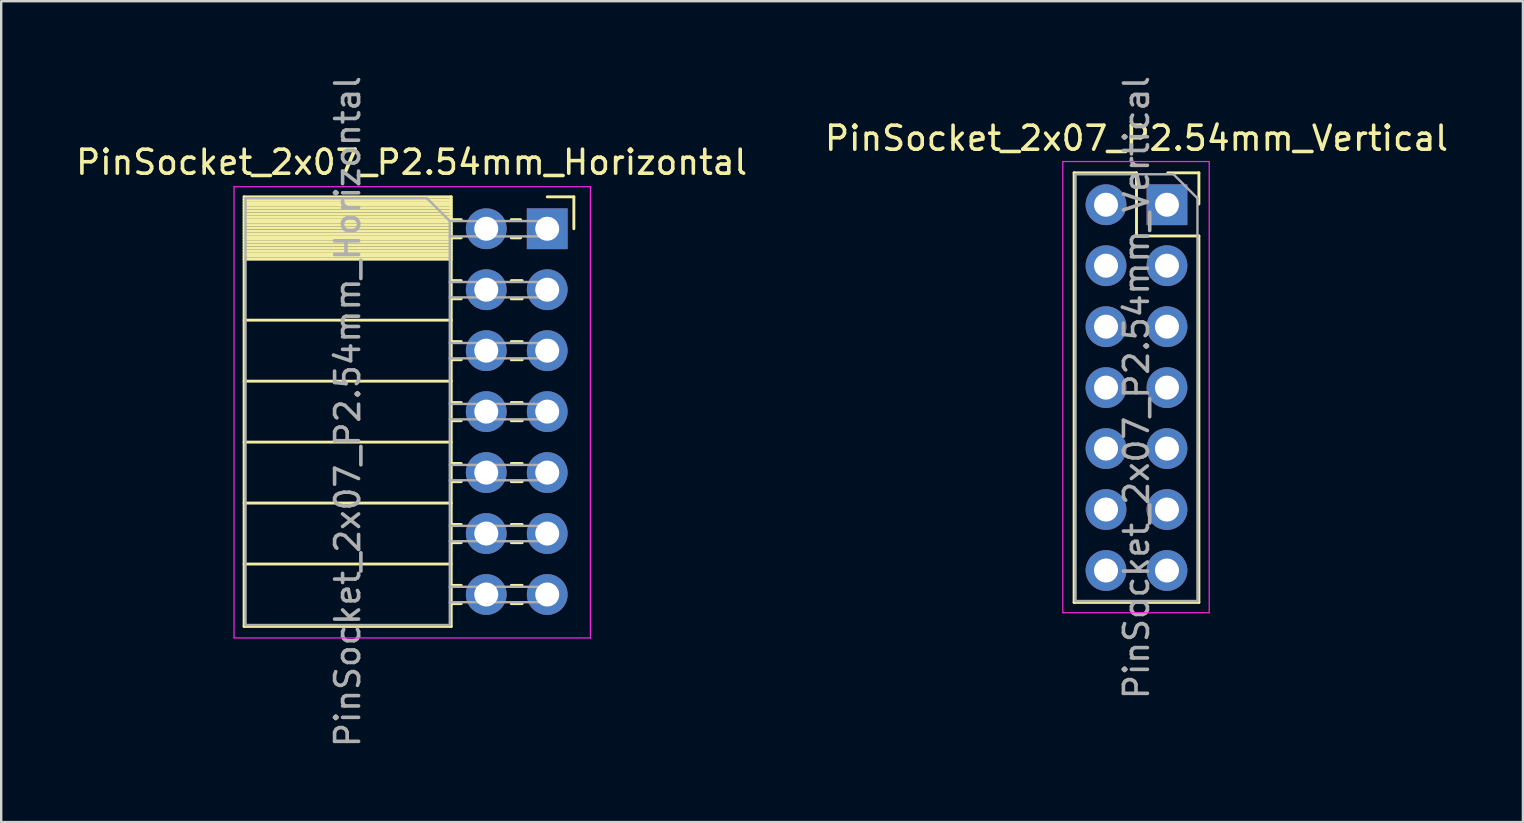
<source format=kicad_pcb>
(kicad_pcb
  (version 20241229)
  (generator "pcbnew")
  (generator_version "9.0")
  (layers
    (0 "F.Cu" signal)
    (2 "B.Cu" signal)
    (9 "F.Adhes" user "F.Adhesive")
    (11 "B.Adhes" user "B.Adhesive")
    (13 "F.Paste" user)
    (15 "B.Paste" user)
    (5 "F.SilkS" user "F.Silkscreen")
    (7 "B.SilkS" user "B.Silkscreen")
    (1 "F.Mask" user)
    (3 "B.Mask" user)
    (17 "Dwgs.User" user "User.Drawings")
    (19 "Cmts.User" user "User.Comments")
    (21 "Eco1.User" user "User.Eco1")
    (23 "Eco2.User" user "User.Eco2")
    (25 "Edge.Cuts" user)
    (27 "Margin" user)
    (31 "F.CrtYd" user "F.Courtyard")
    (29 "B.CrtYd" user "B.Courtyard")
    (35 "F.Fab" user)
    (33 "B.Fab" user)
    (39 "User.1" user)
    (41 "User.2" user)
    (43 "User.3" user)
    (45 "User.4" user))
  (footprint "PinSocket_2x07_P2.54mm_Horizontal"
    (layer "F.Cu")
    (at 19.751 6.481)
    (property "Reference" "PinSocket_2x07_P2.54mm_Horizontal" (at -5.65 -2.77 0) (layer "F.SilkS") (effects (font (size 1 1) (thickness 0.15))))
    (attr through_hole)
    (fp_line (start -12.63 -1.33) (end -12.63 16.57) (stroke (width 0.12) (type solid)) (layer "F.SilkS"))
    (fp_line (start -12.63 -1.33) (end -4 -1.33) (stroke (width 0.12) (type solid)) (layer "F.SilkS"))
    (fp_line (start -12.63 -1.21) (end -4 -1.21) (stroke (width 0.12) (type solid)) (layer "F.SilkS"))
    (fp_line (start -12.63 -1.092) (end -4 -1.092) (stroke (width 0.12) (type solid)) (layer "F.SilkS"))
    (fp_line (start -12.63 -0.974) (end -4 -0.974) (stroke (width 0.12) (type solid)) (layer "F.SilkS"))
    (fp_line (start -12.63 -0.856) (end -4 -0.856) (stroke (width 0.12) (type solid)) (layer "F.SilkS"))
    (fp_line (start -12.63 -0.738) (end -4 -0.738) (stroke (width 0.12) (type solid)) (layer "F.SilkS"))
    (fp_line (start -12.63 -0.62) (end -4 -0.62) (stroke (width 0.12) (type solid)) (layer "F.SilkS"))
    (fp_line (start -12.63 -0.501) (end -4 -0.501) (stroke (width 0.12) (type solid)) (layer "F.SilkS"))
    (fp_line (start -12.63 -0.383) (end -4 -0.383) (stroke (width 0.12) (type solid)) (layer "F.SilkS"))
    (fp_line (start -12.63 -0.265) (end -4 -0.265) (stroke (width 0.12) (type solid)) (layer "F.SilkS"))
    (fp_line (start -12.63 -0.147) (end -4 -0.147) (stroke (width 0.12) (type solid)) (layer "F.SilkS"))
    (fp_line (start -12.63 -0.029) (end -4 -0.029) (stroke (width 0.12) (type solid)) (layer "F.SilkS"))
    (fp_line (start -12.63 0.089) (end -4 0.089) (stroke (width 0.12) (type solid)) (layer "F.SilkS"))
    (fp_line (start -12.63 0.207) (end -4 0.207) (stroke (width 0.12) (type solid)) (layer "F.SilkS"))
    (fp_line (start -12.63 0.325) (end -4 0.325) (stroke (width 0.12) (type solid)) (layer "F.SilkS"))
    (fp_line (start -12.63 0.443) (end -4 0.443) (stroke (width 0.12) (type solid)) (layer "F.SilkS"))
    (fp_line (start -12.63 0.561) (end -4 0.561) (stroke (width 0.12) (type solid)) (layer "F.SilkS"))
    (fp_line (start -12.63 0.68) (end -4 0.68) (stroke (width 0.12) (type solid)) (layer "F.SilkS"))
    (fp_line (start -12.63 0.798) (end -4 0.798) (stroke (width 0.12) (type solid)) (layer "F.SilkS"))
    (fp_line (start -12.63 0.916) (end -4 0.916) (stroke (width 0.12) (type solid)) (layer "F.SilkS"))
    (fp_line (start -12.63 1.034) (end -4 1.034) (stroke (width 0.12) (type solid)) (layer "F.SilkS"))
    (fp_line (start -12.63 1.152) (end -4 1.152) (stroke (width 0.12) (type solid)) (layer "F.SilkS"))
    (fp_line (start -12.63 1.27) (end -4 1.27) (stroke (width 0.12) (type solid)) (layer "F.SilkS"))
    (fp_line (start -12.63 3.81) (end -4 3.81) (stroke (width 0.12) (type solid)) (layer "F.SilkS"))
    (fp_line (start -12.63 6.35) (end -4 6.35) (stroke (width 0.12) (type solid)) (layer "F.SilkS"))
    (fp_line (start -12.63 8.89) (end -4 8.89) (stroke (width 0.12) (type solid)) (layer "F.SilkS"))
    (fp_line (start -12.63 11.43) (end -4 11.43) (stroke (width 0.12) (type solid)) (layer "F.SilkS"))
    (fp_line (start -12.63 13.97) (end -4 13.97) (stroke (width 0.12) (type solid)) (layer "F.SilkS"))
    (fp_line (start -12.63 16.57) (end -4 16.57) (stroke (width 0.12) (type solid)) (layer "F.SilkS"))
    (fp_line (start -4 -1.33) (end -4 16.57) (stroke (width 0.12) (type solid)) (layer "F.SilkS"))
    (fp_line (start -4 -0.38) (end -3.583 -0.38) (stroke (width 0.12) (type solid)) (layer "F.SilkS"))
    (fp_line (start -4 0.38) (end -3.583 0.38) (stroke (width 0.12) (type solid)) (layer "F.SilkS"))
    (fp_line (start -4 2.16) (end -3.583 2.16) (stroke (width 0.12) (type solid)) (layer "F.SilkS"))
    (fp_line (start -4 2.92) (end -3.583 2.92) (stroke (width 0.12) (type solid)) (layer "F.SilkS"))
    (fp_line (start -4 4.7) (end -3.583 4.7) (stroke (width 0.12) (type solid)) (layer "F.SilkS"))
    (fp_line (start -4 5.46) (end -3.583 5.46) (stroke (width 0.12) (type solid)) (layer "F.SilkS"))
    (fp_line (start -4 7.24) (end -3.583 7.24) (stroke (width 0.12) (type solid)) (layer "F.SilkS"))
    (fp_line (start -4 8) (end -3.583 8) (stroke (width 0.12) (type solid)) (layer "F.SilkS"))
    (fp_line (start -4 9.78) (end -3.583 9.78) (stroke (width 0.12) (type solid)) (layer "F.SilkS"))
    (fp_line (start -4 10.54) (end -3.583 10.54) (stroke (width 0.12) (type solid)) (layer "F.SilkS"))
    (fp_line (start -4 12.32) (end -3.583 12.32) (stroke (width 0.12) (type solid)) (layer "F.SilkS"))
    (fp_line (start -4 13.08) (end -3.583 13.08) (stroke (width 0.12) (type solid)) (layer "F.SilkS"))
    (fp_line (start -4 14.86) (end -3.583 14.86) (stroke (width 0.12) (type solid)) (layer "F.SilkS"))
    (fp_line (start -4 15.62) (end -3.583 15.62) (stroke (width 0.12) (type solid)) (layer "F.SilkS"))
    (fp_line (start -1.497 -0.38) (end -1.11 -0.38) (stroke (width 0.12) (type solid)) (layer "F.SilkS"))
    (fp_line (start -1.497 0.38) (end -1.11 0.38) (stroke (width 0.12) (type solid)) (layer "F.SilkS"))
    (fp_line (start -1.497 2.16) (end -1.043 2.16) (stroke (width 0.12) (type solid)) (layer "F.SilkS"))
    (fp_line (start -1.497 2.92) (end -1.043 2.92) (stroke (width 0.12) (type solid)) (layer "F.SilkS"))
    (fp_line (start -1.497 4.7) (end -1.043 4.7) (stroke (width 0.12) (type solid)) (layer "F.SilkS"))
    (fp_line (start -1.497 5.46) (end -1.043 5.46) (stroke (width 0.12) (type solid)) (layer "F.SilkS"))
    (fp_line (start -1.497 7.24) (end -1.043 7.24) (stroke (width 0.12) (type solid)) (layer "F.SilkS"))
    (fp_line (start -1.497 8) (end -1.043 8) (stroke (width 0.12) (type solid)) (layer "F.SilkS"))
    (fp_line (start -1.497 9.78) (end -1.043 9.78) (stroke (width 0.12) (type solid)) (layer "F.SilkS"))
    (fp_line (start -1.497 10.54) (end -1.043 10.54) (stroke (width 0.12) (type solid)) (layer "F.SilkS"))
    (fp_line (start -1.497 12.32) (end -1.043 12.32) (stroke (width 0.12) (type solid)) (layer "F.SilkS"))
    (fp_line (start -1.497 13.08) (end -1.043 13.08) (stroke (width 0.12) (type solid)) (layer "F.SilkS"))
    (fp_line (start -1.497 14.86) (end -1.043 14.86) (stroke (width 0.12) (type solid)) (layer "F.SilkS"))
    (fp_line (start -1.497 15.62) (end -1.043 15.62) (stroke (width 0.12) (type solid)) (layer "F.SilkS"))
    (fp_line (start 0 -1.33) (end 1.11 -1.33) (stroke (width 0.12) (type solid)) (layer "F.SilkS"))
    (fp_line (start 1.11 -1.33) (end 1.11 0) (stroke (width 0.12) (type solid)) (layer "F.SilkS"))
    (fp_line (start -13.05 -1.75) (end -13.05 17.05) (stroke (width 0.05) (type solid)) (layer "F.CrtYd"))
    (fp_line (start -13.05 17.05) (end 1.8 17.05) (stroke (width 0.05) (type solid)) (layer "F.CrtYd"))
    (fp_line (start 1.8 -1.75) (end -13.05 -1.75) (stroke (width 0.05) (type solid)) (layer "F.CrtYd"))
    (fp_line (start 1.8 17.05) (end 1.8 -1.75) (stroke (width 0.05) (type solid)) (layer "F.CrtYd"))
    (fp_line (start -12.57 -1.27) (end -5.01 -1.27) (stroke (width 0.1) (type solid)) (layer "F.Fab"))
    (fp_line (start -12.57 16.51) (end -12.57 -1.27) (stroke (width 0.1) (type solid)) (layer "F.Fab"))
    (fp_line (start -5.01 -1.27) (end -4.06 -0.32) (stroke (width 0.1) (type solid)) (layer "F.Fab"))
    (fp_line (start -4.06 -0.32) (end -4.06 16.51) (stroke (width 0.1) (type solid)) (layer "F.Fab"))
    (fp_line (start -4.06 0.32) (end 0 0.32) (stroke (width 0.1) (type solid)) (layer "F.Fab"))
    (fp_line (start -4.06 2.86) (end 0 2.86) (stroke (width 0.1) (type solid)) (layer "F.Fab"))
    (fp_line (start -4.06 5.4) (end 0 5.4) (stroke (width 0.1) (type solid)) (layer "F.Fab"))
    (fp_line (start -4.06 7.94) (end 0 7.94) (stroke (width 0.1) (type solid)) (layer "F.Fab"))
    (fp_line (start -4.06 10.48) (end 0 10.48) (stroke (width 0.1) (type solid)) (layer "F.Fab"))
    (fp_line (start -4.06 13.02) (end 0 13.02) (stroke (width 0.1) (type solid)) (layer "F.Fab"))
    (fp_line (start -4.06 15.56) (end 0 15.56) (stroke (width 0.1) (type solid)) (layer "F.Fab"))
    (fp_line (start -4.06 16.51) (end -12.57 16.51) (stroke (width 0.1) (type solid)) (layer "F.Fab"))
    (fp_line (start 0 -0.32) (end -4.06 -0.32) (stroke (width 0.1) (type solid)) (layer "F.Fab"))
    (fp_line (start 0 0.32) (end 0 -0.32) (stroke (width 0.1) (type solid)) (layer "F.Fab"))
    (fp_line (start 0 2.22) (end -4.06 2.22) (stroke (width 0.1) (type solid)) (layer "F.Fab"))
    (fp_line (start 0 2.86) (end 0 2.22) (stroke (width 0.1) (type solid)) (layer "F.Fab"))
    (fp_line (start 0 4.76) (end -4.06 4.76) (stroke (width 0.1) (type solid)) (layer "F.Fab"))
    (fp_line (start 0 5.4) (end 0 4.76) (stroke (width 0.1) (type solid)) (layer "F.Fab"))
    (fp_line (start 0 7.3) (end -4.06 7.3) (stroke (width 0.1) (type solid)) (layer "F.Fab"))
    (fp_line (start 0 7.94) (end 0 7.3) (stroke (width 0.1) (type solid)) (layer "F.Fab"))
    (fp_line (start 0 9.84) (end -4.06 9.84) (stroke (width 0.1) (type solid)) (layer "F.Fab"))
    (fp_line (start 0 10.48) (end 0 9.84) (stroke (width 0.1) (type solid)) (layer "F.Fab"))
    (fp_line (start 0 12.38) (end -4.06 12.38) (stroke (width 0.1) (type solid)) (layer "F.Fab"))
    (fp_line (start 0 13.02) (end 0 12.38) (stroke (width 0.1) (type solid)) (layer "F.Fab"))
    (fp_line (start 0 14.92) (end -4.06 14.92) (stroke (width 0.1) (type solid)) (layer "F.Fab"))
    (fp_line (start 0 15.56) (end 0 14.92) (stroke (width 0.1) (type solid)) (layer "F.Fab"))
    (fp_text user "${REFERENCE}" (at -8.315 7.62 90) (layer "F.Fab") (effects (font (size 1 1) (thickness 0.15))))
    (pad "1" thru_hole rect (at 0 0) (size 1.7 1.7) (drill 1) (layers "*.Cu" "*.Mask"))
    (pad "2" thru_hole oval (at -2.54 0) (size 1.7 1.7) (drill 1) (layers "*.Cu" "*.Mask"))
    (pad "3" thru_hole oval (at 0 2.54) (size 1.7 1.7) (drill 1) (layers "*.Cu" "*.Mask"))
    (pad "4" thru_hole oval (at -2.54 2.54) (size 1.7 1.7) (drill 1) (layers "*.Cu" "*.Mask"))
    (pad "5" thru_hole oval (at 0 5.08) (size 1.7 1.7) (drill 1) (layers "*.Cu" "*.Mask"))
    (pad "6" thru_hole oval (at -2.54 5.08) (size 1.7 1.7) (drill 1) (layers "*.Cu" "*.Mask"))
    (pad "7" thru_hole oval (at 0 7.62) (size 1.7 1.7) (drill 1) (layers "*.Cu" "*.Mask"))
    (pad "8" thru_hole oval (at -2.54 7.62) (size 1.7 1.7) (drill 1) (layers "*.Cu" "*.Mask"))
    (pad "9" thru_hole oval (at 0 10.16) (size 1.7 1.7) (drill 1) (layers "*.Cu" "*.Mask"))
    (pad "10" thru_hole oval (at -2.54 10.16) (size 1.7 1.7) (drill 1) (layers "*.Cu" "*.Mask"))
    (pad "11" thru_hole oval (at 0 12.7) (size 1.7 1.7) (drill 1) (layers "*.Cu" "*.Mask"))
    (pad "12" thru_hole oval (at -2.54 12.7) (size 1.7 1.7) (drill 1) (layers "*.Cu" "*.Mask"))
    (pad "13" thru_hole oval (at 0 15.24) (size 1.7 1.7) (drill 1) (layers "*.Cu" "*.Mask"))
    (pad "14" thru_hole oval (at -2.54 15.24) (size 1.7 1.7) (drill 1) (layers "*.Cu" "*.Mask")))
  (footprint "PinSocket_2x07_P2.54mm_Vertical"
    (layer "F.Cu")
    (at 45.574 5.481)
    (property "Reference" "PinSocket_2x07_P2.54mm_Vertical" (at -1.27 -2.77 0) (layer "F.SilkS") (effects (font (size 1 1) (thickness 0.15))))
    (attr through_hole)
    (fp_line (start -3.87 -1.33) (end -3.87 16.57) (stroke (width 0.12) (type solid)) (layer "F.SilkS"))
    (fp_line (start -3.87 16.57) (end 1.33 16.57) (stroke (width 0.12) (type solid)) (layer "F.SilkS"))
    (fp_line (start -1.27 -1.33) (end -3.87 -1.33) (stroke (width 0.12) (type solid)) (layer "F.SilkS"))
    (fp_line (start -1.27 1.3) (end -1.27 -1.33) (stroke (width 0.12) (type solid)) (layer "F.SilkS"))
    (fp_line (start 1.33 -1.33) (end 0.03 -1.33) (stroke (width 0.12) (type solid)) (layer "F.SilkS"))
    (fp_line (start 1.33 -0.03) (end 1.33 -1.33) (stroke (width 0.12) (type solid)) (layer "F.SilkS"))
    (fp_line (start 1.33 1.3) (end -1.27 1.3) (stroke (width 0.12) (type solid)) (layer "F.SilkS"))
    (fp_line (start 1.33 16.57) (end 1.33 1.3) (stroke (width 0.12) (type solid)) (layer "F.SilkS"))
    (fp_line (start -4.34 -1.8) (end 1.76 -1.8) (stroke (width 0.05) (type solid)) (layer "F.CrtYd"))
    (fp_line (start -4.34 17) (end -4.34 -1.8) (stroke (width 0.05) (type solid)) (layer "F.CrtYd"))
    (fp_line (start 1.76 -1.8) (end 1.76 17) (stroke (width 0.05) (type solid)) (layer "F.CrtYd"))
    (fp_line (start 1.76 17) (end -4.34 17) (stroke (width 0.05) (type solid)) (layer "F.CrtYd"))
    (fp_line (start -3.81 -1.27) (end 0.27 -1.27) (stroke (width 0.1) (type solid)) (layer "F.Fab"))
    (fp_line (start -3.81 16.51) (end -3.81 -1.27) (stroke (width 0.1) (type solid)) (layer "F.Fab"))
    (fp_line (start 0.27 -1.27) (end 1.27 -0.27) (stroke (width 0.1) (type solid)) (layer "F.Fab"))
    (fp_line (start 1.27 -0.27) (end 1.27 16.51) (stroke (width 0.1) (type solid)) (layer "F.Fab"))
    (fp_line (start 1.27 16.51) (end -3.81 16.51) (stroke (width 0.1) (type solid)) (layer "F.Fab"))
    (fp_text user "${REFERENCE}" (at -1.27 7.62 90) (layer "F.Fab") (effects (font (size 1 1) (thickness 0.15))))
    (pad "1" thru_hole rect (at 0 0) (size 1.7 1.7) (drill 1) (layers "*.Cu" "*.Mask"))
    (pad "2" thru_hole oval (at -2.54 0) (size 1.7 1.7) (drill 1) (layers "*.Cu" "*.Mask"))
    (pad "3" thru_hole oval (at 0 2.54) (size 1.7 1.7) (drill 1) (layers "*.Cu" "*.Mask"))
    (pad "4" thru_hole oval (at -2.54 2.54) (size 1.7 1.7) (drill 1) (layers "*.Cu" "*.Mask"))
    (pad "5" thru_hole oval (at 0 5.08) (size 1.7 1.7) (drill 1) (layers "*.Cu" "*.Mask"))
    (pad "6" thru_hole oval (at -2.54 5.08) (size 1.7 1.7) (drill 1) (layers "*.Cu" "*.Mask"))
    (pad "7" thru_hole oval (at 0 7.62) (size 1.7 1.7) (drill 1) (layers "*.Cu" "*.Mask"))
    (pad "8" thru_hole oval (at -2.54 7.62) (size 1.7 1.7) (drill 1) (layers "*.Cu" "*.Mask"))
    (pad "9" thru_hole oval (at 0 10.16) (size 1.7 1.7) (drill 1) (layers "*.Cu" "*.Mask"))
    (pad "10" thru_hole oval (at -2.54 10.16) (size 1.7 1.7) (drill 1) (layers "*.Cu" "*.Mask"))
    (pad "11" thru_hole oval (at 0 12.7) (size 1.7 1.7) (drill 1) (layers "*.Cu" "*.Mask"))
    (pad "12" thru_hole oval (at -2.54 12.7) (size 1.7 1.7) (drill 1) (layers "*.Cu" "*.Mask"))
    (pad "13" thru_hole oval (at 0 15.24) (size 1.7 1.7) (drill 1) (layers "*.Cu" "*.Mask"))
    (pad "14" thru_hole oval (at -2.54 15.24) (size 1.7 1.7) (drill 1) (layers "*.Cu" "*.Mask")))
  (gr_rect
    (start -3 -3)
    (end 60.405 31.202)
    (stroke (width 0.1) (type default))
    (fill no)
    (layer "Edge.Cuts")))
</source>
